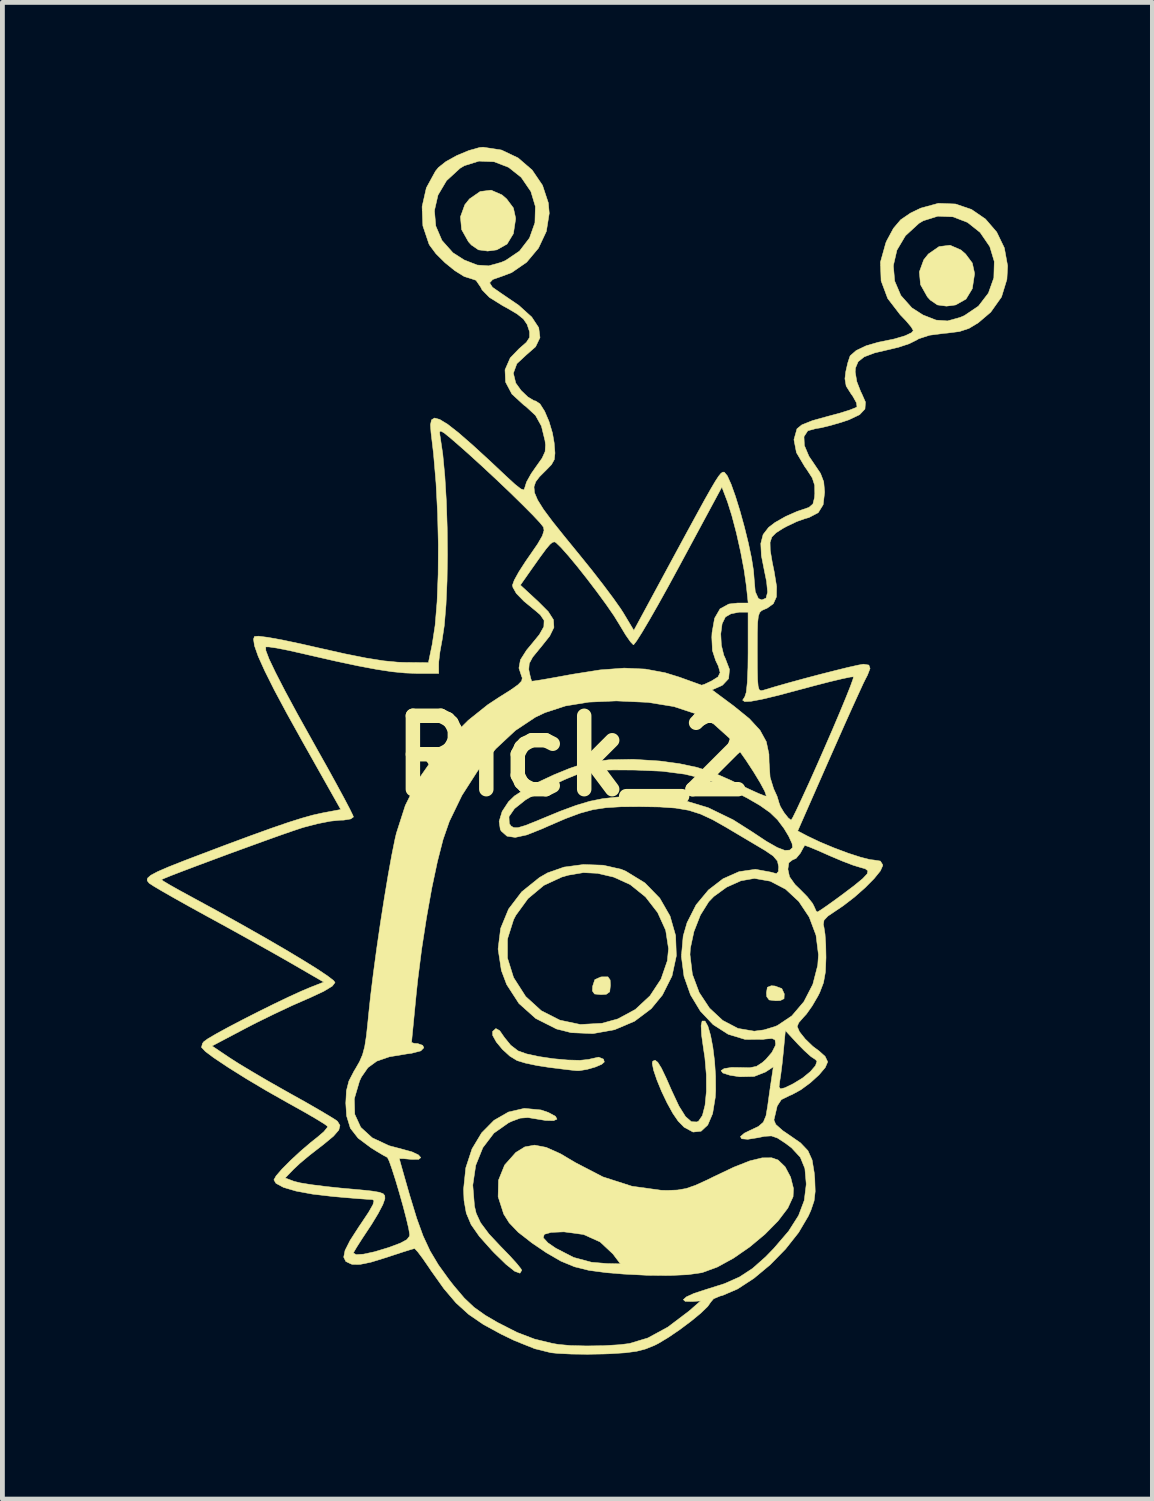
<source format=kicad_pcb>
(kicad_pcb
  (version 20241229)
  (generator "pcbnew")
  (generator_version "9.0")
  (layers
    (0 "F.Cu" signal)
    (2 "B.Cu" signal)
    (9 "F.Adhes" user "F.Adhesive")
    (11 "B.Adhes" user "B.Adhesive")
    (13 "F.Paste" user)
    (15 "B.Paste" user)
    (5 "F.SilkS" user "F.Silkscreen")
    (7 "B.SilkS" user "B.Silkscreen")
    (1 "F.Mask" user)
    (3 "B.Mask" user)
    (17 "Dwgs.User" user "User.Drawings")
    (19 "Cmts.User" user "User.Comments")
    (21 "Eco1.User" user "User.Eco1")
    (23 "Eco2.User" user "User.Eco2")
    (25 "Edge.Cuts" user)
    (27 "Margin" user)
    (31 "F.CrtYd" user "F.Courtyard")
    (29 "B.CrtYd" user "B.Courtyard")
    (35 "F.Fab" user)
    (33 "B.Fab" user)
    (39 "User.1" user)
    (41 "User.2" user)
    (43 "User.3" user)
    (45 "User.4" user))
  (footprint "Rick_2"
    (layer "F.Cu")
    (at 8.858 12.641)
    (property "Reference" "Rick_2" (at 0 0 0) (layer "F.SilkS") (effects (font (size 1.524 1.524) (thickness 0.3))))
    (attr through_hole)
    (fp_poly (pts (xy 4.175 4.774) (xy 4.319 4.827) (xy 4.37 4.937) (xy 4.365 5.038) (xy 4.288 5.076) (xy 4.195 5.08) (xy 4.057 5.064) (xy 4.006 4.995) (xy 4 4.917) (xy 4.019 4.801) (xy 4.1 4.769) (xy 4.175 4.774)) (stroke (width 0.01) (type solid)) (fill yes) (layer "F.SilkS"))
    (fp_poly (pts (xy 0.71 4.584) (xy 0.756 4.649) (xy 0.762 4.758) (xy 0.747 4.895) (xy 0.676 4.946) (xy 0.567 4.953) (xy 0.432 4.94) (xy 0.388 4.877) (xy 0.393 4.778) (xy 0.438 4.642) (xy 0.558 4.588) (xy 0.587 4.584) (xy 0.71 4.584)) (stroke (width 0.01) (type solid)) (fill yes) (layer "F.SilkS"))
    (fp_poly (pts (xy -1.489 -11.646) (xy -1.392 -11.562) (xy -1.252 -11.375) (xy -1.207 -11.169) (xy -1.206 -11.145) (xy -1.252 -10.842) (xy -1.383 -10.626) (xy -1.597 -10.505) (xy -1.788 -10.48) (xy -1.976 -10.505) (xy -2.124 -10.606) (xy -2.185 -10.673) (xy -2.327 -10.926) (xy -2.351 -11.191) (xy -2.26 -11.442) (xy -2.164 -11.562) (xy -1.942 -11.716) (xy -1.714 -11.744) (xy -1.489 -11.646)) (stroke (width 0.01) (type solid)) (fill yes) (layer "F.SilkS"))
    (fp_poly (pts (xy 8.036 -10.503) (xy 8.133 -10.419) (xy 8.273 -10.232) (xy 8.318 -10.026) (xy 8.319 -10.002) (xy 8.273 -9.699) (xy 8.142 -9.483) (xy 7.928 -9.362) (xy 7.737 -9.337) (xy 7.549 -9.362) (xy 7.401 -9.463) (xy 7.34 -9.53) (xy 7.198 -9.783) (xy 7.174 -10.048) (xy 7.265 -10.299) (xy 7.361 -10.419) (xy 7.583 -10.573) (xy 7.811 -10.601) (xy 8.036 -10.503)) (stroke (width 0.01) (type solid)) (fill yes) (layer "F.SilkS"))
    (fp_poly (pts (xy -1.537 5.701) (xy -1.439 5.842) (xy -1.308 6.003) (xy -1.155 6.121) (xy -0.977 6.184) (xy -0.721 6.239) (xy -0.426 6.283) (xy -0.13 6.31) (xy 0.129 6.317) (xy 0.312 6.298) (xy 0.341 6.29) (xy 0.517 6.251) (xy 0.618 6.292) (xy 0.635 6.351) (xy 0.58 6.4) (xy 0.445 6.457) (xy 0.277 6.505) (xy 0.12 6.531) (xy 0.064 6.532) (xy -0.043 6.521) (xy -0.237 6.498) (xy -0.477 6.468) (xy -0.503 6.465) (xy -0.767 6.424) (xy -1.008 6.373) (xy -1.175 6.322) (xy -1.177 6.321) (xy -1.327 6.229) (xy -1.479 6.09) (xy -1.606 5.937) (xy -1.682 5.8) (xy -1.684 5.718) (xy -1.616 5.657) (xy -1.537 5.701)) (stroke (width 0.01) (type solid)) (fill yes) (layer "F.SilkS"))
    (fp_poly (pts (xy -0.679 7.347) (xy -0.526 7.399) (xy -0.379 7.479) (xy -0.347 7.538) (xy -0.419 7.569) (xy -0.583 7.565) (xy -0.736 7.54) (xy -0.949 7.505) (xy -1.11 7.517) (xy -1.288 7.583) (xy -1.355 7.615) (xy -1.657 7.828) (xy -1.886 8.129) (xy -2.034 8.496) (xy -2.095 8.907) (xy -2.06 9.341) (xy -2.025 9.491) (xy -1.935 9.686) (xy -1.759 9.922) (xy -1.517 10.18) (xy -1.33 10.372) (xy -1.183 10.534) (xy -1.095 10.644) (xy -1.079 10.675) (xy -1.116 10.735) (xy -1.225 10.695) (xy -1.403 10.554) (xy -1.648 10.316) (xy -1.702 10.259) (xy -1.959 9.971) (xy -2.13 9.726) (xy -2.23 9.488) (xy -2.277 9.224) (xy -2.286 8.991) (xy -2.24 8.548) (xy -2.111 8.155) (xy -1.911 7.822) (xy -1.655 7.563) (xy -1.355 7.39) (xy -1.025 7.314) (xy -0.679 7.347)) (stroke (width 0.01) (type solid)) (fill yes) (layer "F.SilkS"))
    (fp_poly (pts (xy 2.725 5.502) (xy 2.785 5.608) (xy 2.84 5.797) (xy 2.888 6.048) (xy 2.924 6.338) (xy 2.944 6.645) (xy 2.946 6.948) (xy 2.938 7.086) (xy 2.883 7.423) (xy 2.782 7.659) (xy 2.644 7.788) (xy 2.477 7.806) (xy 2.291 7.705) (xy 2.167 7.578) (xy 2.057 7.417) (xy 1.938 7.201) (xy 1.823 6.96) (xy 1.726 6.723) (xy 1.657 6.519) (xy 1.63 6.379) (xy 1.64 6.335) (xy 1.689 6.315) (xy 1.745 6.358) (xy 1.82 6.479) (xy 1.922 6.692) (xy 2.028 6.934) (xy 2.184 7.267) (xy 2.32 7.484) (xy 2.442 7.591) (xy 2.557 7.596) (xy 2.591 7.579) (xy 2.671 7.463) (xy 2.726 7.248) (xy 2.754 6.959) (xy 2.753 6.621) (xy 2.722 6.26) (xy 2.697 6.098) (xy 2.655 5.8) (xy 2.644 5.596) (xy 2.665 5.501) (xy 2.725 5.502)) (stroke (width 0.01) (type solid)) (fill yes) (layer "F.SilkS"))
    (fp_poly (pts (xy 0.611 2.267) (xy 0.982 2.351) (xy 1.079 2.39) (xy 1.478 2.635) (xy 1.786 2.951) (xy 1.999 3.322) (xy 2.115 3.727) (xy 2.13 4.148) (xy 2.04 4.566) (xy 1.841 4.962) (xy 1.609 5.245) (xy 1.262 5.506) (xy 0.849 5.681) (xy 0.4 5.762) (xy -0.052 5.743) (xy -0.357 5.666) (xy -0.789 5.448) (xy -1.137 5.137) (xy -1.392 4.743) (xy -1.502 4.451) (xy -1.541 4.194) (xy -1.375 4.194) (xy -1.25 4.594) (xy -1.245 4.604) (xy -0.997 4.992) (xy -0.672 5.288) (xy -0.288 5.483) (xy 0.137 5.573) (xy 0.587 5.548) (xy 0.916 5.457) (xy 1.279 5.261) (xy 1.584 4.977) (xy 1.812 4.631) (xy 1.943 4.251) (xy 1.968 4) (xy 1.909 3.617) (xy 1.742 3.25) (xy 1.49 2.925) (xy 1.172 2.669) (xy 0.83 2.514) (xy 0.492 2.435) (xy 0.2 2.421) (xy -0.107 2.473) (xy -0.246 2.512) (xy -0.621 2.686) (xy -0.949 2.96) (xy -1.202 3.308) (xy -1.248 3.397) (xy -1.375 3.799) (xy -1.375 4.194) (xy -1.541 4.194) (xy -1.57 4.007) (xy -1.517 3.578) (xy -1.352 3.177) (xy -1.08 2.82) (xy -0.71 2.522) (xy -0.543 2.426) (xy -0.201 2.306) (xy 0.2 2.253) (xy 0.611 2.267)) (stroke (width 0.01) (type solid)) (fill yes) (layer "F.SilkS"))
    (fp_poly (pts (xy -0.573 8.123) (xy -0.279 8.254) (xy 0.039 8.442) (xy 0.605 8.736) (xy 1.208 8.93) (xy 1.816 9.014) (xy 1.943 9.017) (xy 2.15 9.009) (xy 2.332 8.978) (xy 2.526 8.911) (xy 2.774 8.798) (xy 2.901 8.735) (xy 3.322 8.535) (xy 3.654 8.404) (xy 3.912 8.341) (xy 4.11 8.34) (xy 4.242 8.386) (xy 4.388 8.527) (xy 4.502 8.742) (xy 4.561 8.976) (xy 4.553 9.148) (xy 4.444 9.384) (xy 4.242 9.65) (xy 3.971 9.925) (xy 3.655 10.189) (xy 3.317 10.423) (xy 2.982 10.607) (xy 2.674 10.72) (xy 2.648 10.726) (xy 2.367 10.766) (xy 1.986 10.783) (xy 1.531 10.779) (xy 1.027 10.753) (xy 0.678 10.724) (xy 0.319 10.677) (xy 0.017 10.602) (xy -0.266 10.485) (xy -0.57 10.309) (xy -0.866 10.108) (xy -1.005 9.999) (xy -0.633 9.999) (xy -0.534 10.106) (xy -0.374 10.216) (xy -0.002 10.408) (xy 0.37 10.508) (xy 0.691 10.535) (xy 0.969 10.541) (xy 0.813 10.335) (xy 0.547 10.086) (xy 0.204 9.932) (xy -0.203 9.877) (xy -0.469 9.888) (xy -0.611 9.928) (xy -0.633 9.999) (xy -1.005 9.999) (xy -1.149 9.888) (xy -1.339 9.69) (xy -1.453 9.508) (xy -1.569 9.147) (xy -1.561 8.804) (xy -1.434 8.49) (xy -1.202 8.229) (xy -1.016 8.114) (xy -0.813 8.077) (xy -0.573 8.123)) (stroke (width 0.01) (type solid)) (fill yes) (layer "F.SilkS"))
    (fp_poly (pts (xy -1.499 -12.577) (xy -1.154 -12.413) (xy -0.863 -12.162) (xy -0.648 -11.845) (xy -0.527 -11.48) (xy -0.508 -11.264) (xy -0.568 -10.889) (xy -0.731 -10.542) (xy -0.977 -10.248) (xy -1.287 -10.034) (xy -1.495 -9.955) (xy -1.681 -9.89) (xy -1.745 -9.82) (xy -1.687 -9.729) (xy -1.531 -9.62) (xy -1.141 -9.354) (xy -0.872 -9.111) (xy -0.726 -8.889) (xy -0.7 -8.684) (xy -0.792 -8.493) (xy -0.984 -8.325) (xy -1.18 -8.143) (xy -1.253 -7.945) (xy -1.203 -7.74) (xy -1.092 -7.586) (xy -0.951 -7.451) (xy -0.822 -7.374) (xy -0.79 -7.368) (xy -0.701 -7.309) (xy -0.604 -7.156) (xy -0.513 -6.943) (xy -0.441 -6.702) (xy -0.406 -6.5) (xy -0.389 -6.287) (xy -0.403 -6.153) (xy -0.462 -6.047) (xy -0.583 -5.922) (xy -0.597 -5.909) (xy -0.711 -5.795) (xy -0.789 -5.692) (xy -0.825 -5.586) (xy -0.814 -5.465) (xy -0.75 -5.314) (xy -0.628 -5.119) (xy -0.441 -4.867) (xy -0.183 -4.545) (xy 0.132 -4.159) (xy 0.379 -3.853) (xy 0.615 -3.549) (xy 0.82 -3.275) (xy 0.974 -3.057) (xy 1.03 -2.97) (xy 1.248 -2.606) (xy 2.062 -4.113) (xy 2.331 -4.61) (xy 2.547 -5.006) (xy 2.715 -5.313) (xy 2.844 -5.541) (xy 2.939 -5.702) (xy 3.007 -5.806) (xy 3.055 -5.865) (xy 3.09 -5.89) (xy 3.118 -5.892) (xy 3.126 -5.89) (xy 3.188 -5.815) (xy 3.267 -5.64) (xy 3.357 -5.388) (xy 3.451 -5.085) (xy 3.542 -4.755) (xy 3.624 -4.422) (xy 3.69 -4.11) (xy 3.732 -3.844) (xy 3.745 -3.672) (xy 3.768 -3.411) (xy 3.833 -3.268) (xy 3.905 -3.239) (xy 3.992 -3.277) (xy 4.024 -3.401) (xy 4.003 -3.621) (xy 3.962 -3.82) (xy 3.895 -4.16) (xy 3.883 -4.41) (xy 3.931 -4.596) (xy 4.044 -4.743) (xy 4.175 -4.844) (xy 4.398 -4.971) (xy 4.638 -5.077) (xy 4.714 -5.102) (xy 4.883 -5.16) (xy 4.965 -5.231) (xy 4.997 -5.36) (xy 5.004 -5.443) (xy 5.001 -5.619) (xy 4.951 -5.772) (xy 4.833 -5.954) (xy 4.798 -6.001) (xy 4.623 -6.297) (xy 4.571 -6.566) (xy 4.634 -6.791) (xy 4.735 -6.873) (xy 4.955 -6.961) (xy 5.269 -7.048) (xy 5.524 -7.116) (xy 5.729 -7.181) (xy 5.856 -7.231) (xy 5.88 -7.249) (xy 5.868 -7.332) (xy 5.793 -7.467) (xy 5.758 -7.515) (xy 5.655 -7.678) (xy 5.629 -7.831) (xy 5.647 -7.978) (xy 5.688 -8.158) (xy 5.731 -8.289) (xy 5.74 -8.308) (xy 5.862 -8.415) (xy 6.071 -8.515) (xy 6.327 -8.589) (xy 6.382 -8.599) (xy 6.659 -8.657) (xy 6.878 -8.722) (xy 7.015 -8.787) (xy 7.048 -8.83) (xy 7.007 -8.902) (xy 6.899 -9.031) (xy 6.777 -9.158) (xy 6.517 -9.496) (xy 6.38 -9.863) (xy 6.369 -10.178) (xy 6.634 -10.178) (xy 6.662 -9.857) (xy 6.79 -9.558) (xy 7.018 -9.302) (xy 7.25 -9.153) (xy 7.521 -9.047) (xy 7.759 -9.03) (xy 8.018 -9.102) (xy 8.108 -9.14) (xy 8.4 -9.337) (xy 8.607 -9.607) (xy 8.72 -9.925) (xy 8.729 -10.264) (xy 8.636 -10.573) (xy 8.435 -10.867) (xy 8.173 -11.075) (xy 7.872 -11.191) (xy 7.558 -11.204) (xy 7.255 -11.109) (xy 7.165 -11.055) (xy 6.885 -10.798) (xy 6.708 -10.499) (xy 6.634 -10.178) (xy 6.369 -10.178) (xy 6.366 -10.25) (xy 6.478 -10.651) (xy 6.5 -10.7) (xy 6.636 -10.952) (xy 6.786 -11.129) (xy 6.989 -11.268) (xy 7.203 -11.371) (xy 7.568 -11.471) (xy 7.924 -11.457) (xy 8.256 -11.344) (xy 8.546 -11.145) (xy 8.779 -10.875) (xy 8.938 -10.546) (xy 9.006 -10.172) (xy 8.991 -9.893) (xy 8.879 -9.527) (xy 8.655 -9.211) (xy 8.396 -8.991) (xy 8.204 -8.875) (xy 8.007 -8.81) (xy 7.748 -8.777) (xy 7.7 -8.774) (xy 7.385 -8.733) (xy 7.161 -8.66) (xy 7.114 -8.632) (xy 6.963 -8.557) (xy 6.743 -8.484) (xy 6.572 -8.443) (xy 6.247 -8.367) (xy 6.03 -8.285) (xy 5.903 -8.184) (xy 5.848 -8.053) (xy 5.842 -7.971) (xy 5.876 -7.77) (xy 5.958 -7.559) (xy 5.973 -7.532) (xy 6.055 -7.346) (xy 6.045 -7.202) (xy 5.934 -7.084) (xy 5.711 -6.978) (xy 5.549 -6.924) (xy 5.321 -6.858) (xy 5.131 -6.812) (xy 5.023 -6.795) (xy 4.858 -6.75) (xy 4.779 -6.628) (xy 4.787 -6.446) (xy 4.882 -6.221) (xy 4.985 -6.069) (xy 5.122 -5.866) (xy 5.189 -5.691) (xy 5.207 -5.484) (xy 5.207 -5.47) (xy 5.177 -5.215) (xy 5.075 -5.05) (xy 4.882 -4.949) (xy 4.799 -4.926) (xy 4.63 -4.866) (xy 4.422 -4.767) (xy 4.338 -4.721) (xy 4.199 -4.632) (xy 4.113 -4.546) (xy 4.075 -4.433) (xy 4.079 -4.268) (xy 4.12 -4.023) (xy 4.161 -3.824) (xy 4.211 -3.516) (xy 4.207 -3.302) (xy 4.143 -3.16) (xy 4.013 -3.067) (xy 3.965 -3.047) (xy 3.902 -3.019) (xy 3.859 -2.977) (xy 3.832 -2.899) (xy 3.817 -2.763) (xy 3.811 -2.549) (xy 3.81 -2.233) (xy 3.81 -2.156) (xy 3.811 -1.819) (xy 3.816 -1.589) (xy 3.828 -1.448) (xy 3.849 -1.376) (xy 3.884 -1.355) (xy 3.934 -1.364) (xy 4.166 -1.434) (xy 4.457 -1.517) (xy 4.782 -1.606) (xy 5.115 -1.694) (xy 5.43 -1.774) (xy 5.702 -1.841) (xy 5.904 -1.886) (xy 6.012 -1.905) (xy 6.016 -1.905) (xy 6.126 -1.887) (xy 6.151 -1.817) (xy 6.096 -1.675) (xy 6.061 -1.609) (xy 6.008 -1.502) (xy 5.914 -1.297) (xy 5.784 -1.012) (xy 5.628 -0.665) (xy 5.454 -0.272) (xy 5.305 0.064) (xy 4.649 1.556) (xy 4.857 1.665) (xy 5.111 1.786) (xy 5.401 1.907) (xy 5.694 2.017) (xy 5.957 2.102) (xy 6.156 2.152) (xy 6.225 2.159) (xy 6.365 2.181) (xy 6.413 2.258) (xy 6.413 2.277) (xy 6.365 2.385) (xy 6.236 2.544) (xy 6.049 2.733) (xy 5.827 2.929) (xy 5.592 3.11) (xy 5.448 3.207) (xy 5.276 3.323) (xy 5.195 3.409) (xy 5.181 3.497) (xy 5.194 3.555) (xy 5.216 3.697) (xy 5.231 3.919) (xy 5.236 4.175) (xy 5.236 4.191) (xy 5.224 4.484) (xy 5.184 4.706) (xy 5.105 4.912) (xy 5.068 4.985) (xy 4.95 5.187) (xy 4.83 5.357) (xy 4.769 5.423) (xy 4.672 5.534) (xy 4.638 5.614) (xy 4.686 5.725) (xy 4.805 5.874) (xy 4.962 6.026) (xy 5.096 6.126) (xy 5.218 6.236) (xy 5.27 6.346) (xy 5.271 6.349) (xy 5.221 6.466) (xy 5.091 6.619) (xy 4.912 6.782) (xy 4.714 6.928) (xy 4.527 7.03) (xy 4.487 7.045) (xy 4.309 7.133) (xy 4.224 7.263) (xy 4.217 7.292) (xy 4.179 7.455) (xy 4.155 7.556) (xy 4.194 7.648) (xy 4.338 7.776) (xy 4.466 7.863) (xy 4.708 8.031) (xy 4.861 8.192) (xy 4.948 8.385) (xy 4.992 8.651) (xy 5.003 8.775) (xy 5.012 9.037) (xy 4.989 9.235) (xy 4.923 9.43) (xy 4.869 9.55) (xy 4.668 9.891) (xy 4.396 10.235) (xy 4.078 10.56) (xy 3.738 10.843) (xy 3.4 11.063) (xy 3.091 11.196) (xy 3.036 11.21) (xy 2.903 11.266) (xy 2.845 11.334) (xy 2.781 11.426) (xy 2.636 11.566) (xy 2.434 11.732) (xy 2.202 11.906) (xy 1.967 12.066) (xy 1.754 12.194) (xy 1.673 12.235) (xy 1.494 12.307) (xy 1.306 12.356) (xy 1.073 12.387) (xy 0.761 12.407) (xy 0.625 12.412) (xy 0.288 12.418) (xy -0.045 12.414) (xy -0.329 12.4) (xy -0.471 12.386) (xy -0.807 12.303) (xy -1.227 12.135) (xy -1.505 12.001) (xy -1.877 11.798) (xy -2.179 11.591) (xy -2.442 11.353) (xy -2.694 11.057) (xy -2.965 10.676) (xy -3.002 10.62) (xy -3.133 10.43) (xy -3.239 10.289) (xy -3.299 10.225) (xy -3.304 10.223) (xy -3.377 10.243) (xy -3.541 10.294) (xy -3.767 10.368) (xy -3.891 10.409) (xy -4.209 10.507) (xy -4.435 10.553) (xy -4.592 10.552) (xy -4.617 10.546) (xy -4.73 10.492) (xy -4.774 10.402) (xy -4.746 10.262) (xy -4.642 10.056) (xy -4.459 9.772) (xy -4.416 9.709) (xy -4.255 9.467) (xy -4.167 9.312) (xy -4.145 9.229) (xy -4.179 9.207) (xy -4.283 9.201) (xy -4.483 9.187) (xy -4.749 9.165) (xy -5 9.143) (xy -5.42 9.094) (xy -5.766 9.03) (xy -6.024 8.954) (xy -6.18 8.87) (xy -6.223 8.797) (xy -6.177 8.715) (xy -6.055 8.574) (xy -5.879 8.397) (xy -5.671 8.204) (xy -5.452 8.017) (xy -5.319 7.912) (xy -5.185 7.797) (xy -5.114 7.709) (xy -5.112 7.684) (xy -5.176 7.637) (xy -5.33 7.542) (xy -5.554 7.411) (xy -5.827 7.258) (xy -5.921 7.206) (xy -6.37 6.952) (xy -6.794 6.7) (xy -7.169 6.465) (xy -7.473 6.262) (xy -7.645 6.133) (xy -7.726 6.047) (xy -7.705 5.966) (xy -7.678 5.93) (xy -7.594 5.869) (xy -7.418 5.766) (xy -7.171 5.631) (xy -6.875 5.476) (xy -6.553 5.312) (xy -6.226 5.15) (xy -5.917 5.002) (xy -5.648 4.879) (xy -5.468 4.803) (xy -5.188 4.693) (xy -5.849 4.31) (xy -6.125 4.152) (xy -6.479 3.953) (xy -6.879 3.729) (xy -7.292 3.501) (xy -7.62 3.322) (xy -7.965 3.132) (xy -8.276 2.958) (xy -8.532 2.812) (xy -8.716 2.703) (xy -8.809 2.642) (xy -8.814 2.638) (xy -8.853 2.587) (xy -8.85 2.567) (xy -8.557 2.567) (xy -8.511 2.601) (xy -8.375 2.682) (xy -8.17 2.797) (xy -7.953 2.915) (xy -7.422 3.204) (xy -6.914 3.486) (xy -6.439 3.755) (xy -6.01 4.004) (xy -5.639 4.226) (xy -5.336 4.414) (xy -5.114 4.562) (xy -4.984 4.662) (xy -4.954 4.702) (xy -5.013 4.778) (xy -5.19 4.885) (xy -5.477 5.019) (xy -5.54 5.046) (xy -5.85 5.182) (xy -6.217 5.355) (xy -6.589 5.537) (xy -6.817 5.655) (xy -7.507 6.019) (xy -7.135 6.269) (xy -6.945 6.39) (xy -6.674 6.553) (xy -6.354 6.741) (xy -6.014 6.934) (xy -5.874 7.013) (xy -5.565 7.185) (xy -5.293 7.342) (xy -5.077 7.47) (xy -4.939 7.556) (xy -4.903 7.583) (xy -4.852 7.667) (xy -4.876 7.764) (xy -4.986 7.891) (xy -5.192 8.062) (xy -5.274 8.125) (xy -5.489 8.292) (xy -5.686 8.457) (xy -5.82 8.583) (xy -5.989 8.759) (xy -5.804 8.829) (xy -5.673 8.861) (xy -5.445 8.898) (xy -5.151 8.935) (xy -4.821 8.97) (xy -4.763 8.975) (xy -4.419 9.006) (xy -4.183 9.031) (xy -4.034 9.056) (xy -3.954 9.086) (xy -3.922 9.126) (xy -3.919 9.181) (xy -3.921 9.195) (xy -3.962 9.311) (xy -4.06 9.498) (xy -4.195 9.721) (xy -4.254 9.81) (xy -4.395 10.023) (xy -4.504 10.194) (xy -4.565 10.298) (xy -4.572 10.316) (xy -4.516 10.35) (xy -4.363 10.34) (xy -4.131 10.29) (xy -3.841 10.202) (xy -3.838 10.201) (xy -3.6 10.112) (xy -3.464 10.039) (xy -3.409 9.968) (xy -3.405 9.931) (xy -3.426 9.805) (xy -3.474 9.602) (xy -3.54 9.349) (xy -3.617 9.076) (xy -3.696 8.809) (xy -3.77 8.578) (xy -3.829 8.41) (xy -3.866 8.334) (xy -3.869 8.332) (xy -3.947 8.29) (xy -4.095 8.202) (xy -4.21 8.13) (xy -4.475 7.932) (xy -4.636 7.725) (xy -4.714 7.471) (xy -4.731 7.204) (xy -4.726 7.115) (xy -4.554 7.115) (xy -4.545 7.436) (xy -4.42 7.708) (xy -4.181 7.926) (xy -3.832 8.089) (xy -3.56 8.161) (xy -3.356 8.217) (xy -3.223 8.28) (xy -3.174 8.336) (xy -3.218 8.372) (xy -3.366 8.373) (xy -3.389 8.371) (xy -3.539 8.357) (xy -3.616 8.356) (xy -3.619 8.358) (xy -3.603 8.421) (xy -3.558 8.582) (xy -3.491 8.817) (xy -3.409 9.104) (xy -3.399 9.137) (xy -3.259 9.596) (xy -3.126 9.963) (xy -2.981 10.274) (xy -2.809 10.562) (xy -2.593 10.862) (xy -2.49 10.994) (xy -2.272 11.251) (xy -2.069 11.443) (xy -1.834 11.61) (xy -1.579 11.759) (xy -1.176 11.964) (xy -0.816 12.102) (xy -0.445 12.192) (xy -0.318 12.214) (xy -0.063 12.237) (xy 0.266 12.245) (xy 0.62 12.24) (xy 0.948 12.22) (xy 1.156 12.195) (xy 1.54 12.079) (xy 1.955 11.853) (xy 2.387 11.526) (xy 2.413 11.504) (xy 2.635 11.31) (xy 2.464 11.323) (xy 2.314 11.319) (xy 2.275 11.284) (xy 2.338 11.227) (xy 2.495 11.155) (xy 2.731 11.078) (xy 3.127 10.953) (xy 3.44 10.814) (xy 3.711 10.637) (xy 3.984 10.395) (xy 4.152 10.222) (xy 4.46 9.863) (xy 4.667 9.538) (xy 4.785 9.225) (xy 4.825 8.9) (xy 4.825 8.869) (xy 4.798 8.562) (xy 4.704 8.331) (xy 4.522 8.134) (xy 4.398 8.04) (xy 4.23 7.93) (xy 4.104 7.886) (xy 3.96 7.894) (xy 3.827 7.922) (xy 3.613 7.956) (xy 3.487 7.945) (xy 3.46 7.9) (xy 3.543 7.828) (xy 3.656 7.773) (xy 3.833 7.69) (xy 3.935 7.602) (xy 3.991 7.468) (xy 4.028 7.249) (xy 4.028 7.244) (xy 4.062 6.998) (xy 4.081 6.866) (xy 4.262 6.866) (xy 4.29 6.91) (xy 4.385 6.886) (xy 4.559 6.801) (xy 4.753 6.682) (xy 4.912 6.551) (xy 5.018 6.428) (xy 5.049 6.335) (xy 5.016 6.3) (xy 4.924 6.239) (xy 4.783 6.112) (xy 4.657 5.984) (xy 4.393 5.699) (xy 4.352 6.136) (xy 4.326 6.387) (xy 4.298 6.61) (xy 4.277 6.747) (xy 4.262 6.866) (xy 4.081 6.866) (xy 4.098 6.752) (xy 4.105 6.703) (xy 4.143 6.452) (xy 3.979 6.56) (xy 3.747 6.651) (xy 3.445 6.658) (xy 3.244 6.627) (xy 3.095 6.58) (xy 3.058 6.53) (xy 3.123 6.488) (xy 3.274 6.465) (xy 3.438 6.466) (xy 3.652 6.471) (xy 3.794 6.442) (xy 3.917 6.362) (xy 3.988 6.298) (xy 4.114 6.151) (xy 4.185 6.011) (xy 4.191 5.975) (xy 4.178 5.891) (xy 4.115 5.863) (xy 3.967 5.876) (xy 3.937 5.881) (xy 3.558 5.883) (xy 3.206 5.776) (xy 2.893 5.575) (xy 2.629 5.296) (xy 2.424 4.957) (xy 2.289 4.574) (xy 2.235 4.162) (xy 2.238 4.123) (xy 2.413 4.123) (xy 2.463 4.532) (xy 2.604 4.909) (xy 2.819 5.234) (xy 3.093 5.489) (xy 3.41 5.655) (xy 3.747 5.712) (xy 3.95 5.685) (xy 4.176 5.616) (xy 4.227 5.595) (xy 4.527 5.394) (xy 4.778 5.099) (xy 4.963 4.739) (xy 5.065 4.343) (xy 5.08 4.127) (xy 5.029 3.72) (xy 4.888 3.344) (xy 4.672 3.02) (xy 4.398 2.765) (xy 4.08 2.599) (xy 3.751 2.541) (xy 3.471 2.59) (xy 3.174 2.723) (xy 2.908 2.916) (xy 2.802 3.026) (xy 2.629 3.303) (xy 2.495 3.645) (xy 2.421 3.991) (xy 2.413 4.123) (xy 2.238 4.123) (xy 2.272 3.737) (xy 2.352 3.461) (xy 2.54 3.09) (xy 2.796 2.782) (xy 3.1 2.548) (xy 3.432 2.401) (xy 3.771 2.352) (xy 4.092 2.411) (xy 4.209 2.443) (xy 4.25 2.394) (xy 4.251 2.35) (xy 4.445 2.35) (xy 4.479 2.507) (xy 4.594 2.668) (xy 4.696 2.767) (xy 4.847 2.92) (xy 4.956 3.058) (xy 4.986 3.116) (xy 5.031 3.216) (xy 5.056 3.239) (xy 5.117 3.203) (xy 5.255 3.109) (xy 5.446 2.972) (xy 5.544 2.9) (xy 5.819 2.693) (xy 5.998 2.546) (xy 6.091 2.447) (xy 6.106 2.383) (xy 6.051 2.341) (xy 5.957 2.315) (xy 5.799 2.267) (xy 5.572 2.18) (xy 5.319 2.073) (xy 5.278 2.055) (xy 5.059 1.958) (xy 4.891 1.888) (xy 4.801 1.857) (xy 4.793 1.857) (xy 4.757 1.919) (xy 4.705 2.016) (xy 4.615 2.125) (xy 4.538 2.159) (xy 4.465 2.216) (xy 4.445 2.35) (xy 4.251 2.35) (xy 4.254 2.3) (xy 4.229 2.181) (xy 4.14 2.075) (xy 3.96 1.953) (xy 3.952 1.949) (xy 3.75 1.829) (xy 3.489 1.674) (xy 3.221 1.515) (xy 3.175 1.487) (xy 2.884 1.322) (xy 2.632 1.205) (xy 2.387 1.127) (xy 2.115 1.081) (xy 1.783 1.058) (xy 1.365 1.051) (xy 0.982 1.054) (xy 0.672 1.073) (xy 0.401 1.114) (xy 0.133 1.187) (xy -0.168 1.299) (xy -0.537 1.458) (xy -0.648 1.508) (xy -0.974 1.638) (xy -1.214 1.69) (xy -1.385 1.664) (xy -1.502 1.561) (xy -1.524 1.525) (xy -1.548 1.357) (xy -1.518 1.259) (xy -1.344 1.259) (xy -1.337 1.403) (xy -1.301 1.453) (xy -1.244 1.488) (xy -1.154 1.487) (xy -1.006 1.443) (xy -0.776 1.352) (xy -0.688 1.315) (xy -0.276 1.145) (xy 0.055 1.023) (xy 0.336 0.939) (xy 0.6 0.886) (xy 0.877 0.855) (xy 1.048 0.843) (xy 1.693 0.841) (xy 2.262 0.914) (xy 2.79 1.073) (xy 3.309 1.325) (xy 3.694 1.569) (xy 4.002 1.773) (xy 4.227 1.901) (xy 4.383 1.96) (xy 4.486 1.953) (xy 4.543 1.901) (xy 4.532 1.817) (xy 4.462 1.665) (xy 4.365 1.504) (xy 4.23 1.324) (xy 4.076 1.175) (xy 3.868 1.028) (xy 3.598 0.871) (xy 3.155 0.646) (xy 2.738 0.485) (xy 2.309 0.378) (xy 1.834 0.316) (xy 1.276 0.292) (xy 1.175 0.291) (xy 0.819 0.29) (xy 0.559 0.295) (xy 0.365 0.311) (xy 0.206 0.341) (xy 0.05 0.392) (xy -0.132 0.466) (xy -0.197 0.494) (xy -0.654 0.709) (xy -0.999 0.91) (xy -1.23 1.094) (xy -1.344 1.259) (xy -1.518 1.259) (xy -1.486 1.152) (xy -1.353 0.949) (xy -1.23 0.83) (xy -1.024 0.696) (xy -0.737 0.543) (xy -0.41 0.39) (xy -0.084 0.257) (xy 0.2 0.161) (xy 0.305 0.134) (xy 0.73 0.079) (xy 1.236 0.069) (xy 1.781 0.104) (xy 2.191 0.159) (xy 2.556 0.236) (xy 2.896 0.345) (xy 3.265 0.507) (xy 3.381 0.564) (xy 3.631 0.684) (xy 3.832 0.776) (xy 3.962 0.828) (xy 4 0.833) (xy 3.964 0.73) (xy 3.869 0.553) (xy 3.735 0.332) (xy 3.579 0.093) (xy 3.419 -0.134) (xy 3.274 -0.321) (xy 3.228 -0.374) (xy 2.908 -0.662) (xy 2.53 -0.877) (xy 2.079 -1.026) (xy 1.542 -1.113) (xy 0.903 -1.142) (xy 0.885 -1.143) (xy 0.313 -1.118) (xy -0.17 -1.039) (xy -0.593 -0.901) (xy -0.794 -0.806) (xy -1.211 -0.529) (xy -1.617 -0.15) (xy -1.993 0.308) (xy -2.32 0.818) (xy -2.581 1.357) (xy -2.712 1.734) (xy -2.829 2.191) (xy -2.946 2.743) (xy -3.056 3.359) (xy -3.156 4.006) (xy -3.238 4.653) (xy -3.269 4.946) (xy -3.302 5.284) (xy -3.33 5.574) (xy -3.352 5.794) (xy -3.364 5.923) (xy -3.365 5.946) (xy -3.312 5.965) (xy -3.239 5.969) (xy -3.135 6.005) (xy -3.111 6.056) (xy -3.174 6.121) (xy -3.363 6.17) (xy -3.461 6.183) (xy -3.824 6.243) (xy -4.086 6.333) (xy -4.271 6.468) (xy -4.406 6.662) (xy -4.446 6.748) (xy -4.554 7.115) (xy -4.726 7.115) (xy -4.718 6.948) (xy -4.667 6.748) (xy -4.558 6.537) (xy -4.531 6.494) (xy -4.445 6.344) (xy -4.383 6.2) (xy -4.338 6.031) (xy -4.303 5.807) (xy -4.27 5.495) (xy -4.26 5.389) (xy -4.217 4.985) (xy -4.159 4.513) (xy -4.09 4.001) (xy -4.013 3.472) (xy -3.932 2.954) (xy -3.852 2.473) (xy -3.776 2.053) (xy -3.709 1.722) (xy -3.681 1.604) (xy -3.496 1.028) (xy -3.237 0.505) (xy -2.885 0.001) (xy -2.596 -0.335) (xy -2.187 -0.742) (xy -1.785 -1.063) (xy -1.551 -1.217) (xy -1.306 -1.371) (xy -1.304 -1.372) (xy 2.871 -1.372) (xy 3.322 -1.037) (xy 3.646 -0.774) (xy 3.866 -0.535) (xy 3.997 -0.297) (xy 4.052 -0.038) (xy 4.055 0.127) (xy 4.076 0.442) (xy 4.149 0.679) (xy 4.22 0.834) (xy 4.254 0.945) (xy 4.255 0.953) (xy 4.288 1.047) (xy 4.365 1.175) (xy 4.453 1.286) (xy 4.512 1.332) (xy 4.547 1.276) (xy 4.624 1.12) (xy 4.737 0.878) (xy 4.88 0.567) (xy 5.044 0.2) (xy 5.193 -0.139) (xy 5.368 -0.541) (xy 5.522 -0.904) (xy 5.649 -1.211) (xy 5.743 -1.447) (xy 5.797 -1.597) (xy 5.807 -1.644) (xy 5.739 -1.638) (xy 5.568 -1.602) (xy 5.316 -1.542) (xy 5.002 -1.461) (xy 4.691 -1.378) (xy 4.243 -1.258) (xy 3.908 -1.178) (xy 3.679 -1.135) (xy 3.548 -1.129) (xy 3.506 -1.159) (xy 3.548 -1.223) (xy 3.55 -1.226) (xy 3.581 -1.321) (xy 3.603 -1.529) (xy 3.616 -1.835) (xy 3.619 -2.14) (xy 3.619 -2.985) (xy 3.434 -2.985) (xy 3.263 -2.951) (xy 3.148 -2.885) (xy 3.08 -2.745) (xy 3.052 -2.534) (xy 3.064 -2.3) (xy 3.115 -2.091) (xy 3.143 -2.032) (xy 3.233 -1.797) (xy 3.215 -1.605) (xy 3.09 -1.471) (xy 3.055 -1.453) (xy 2.871 -1.372) (xy -1.304 -1.372) (xy -1.155 -1.479) (xy -1.081 -1.556) (xy -1.068 -1.62) (xy -1.082 -1.655) (xy -1.137 -1.825) (xy -1.106 -1.996) (xy -0.979 -2.196) (xy -0.898 -2.293) (xy -0.713 -2.519) (xy -0.62 -2.684) (xy -0.615 -2.814) (xy -0.693 -2.929) (xy -0.776 -3.001) (xy -1.034 -3.213) (xy -1.192 -3.375) (xy -1.263 -3.502) (xy -1.27 -3.547) (xy -1.107 -3.547) (xy -0.737 -3.205) (xy -0.529 -2.997) (xy -0.421 -2.828) (xy -0.411 -2.668) (xy -0.499 -2.488) (xy -0.683 -2.257) (xy -0.707 -2.229) (xy -0.853 -2.05) (xy -0.923 -1.919) (xy -0.933 -1.799) (xy -0.925 -1.752) (xy -0.894 -1.616) (xy -0.872 -1.552) (xy -0.808 -1.559) (xy -0.642 -1.585) (xy -0.399 -1.628) (xy -0.102 -1.682) (xy -0.032 -1.695) (xy 0.55 -1.787) (xy 1.047 -1.824) (xy 1.486 -1.804) (xy 1.896 -1.728) (xy 2.191 -1.637) (xy 2.407 -1.559) (xy 2.571 -1.5) (xy 2.651 -1.471) (xy 2.654 -1.469) (xy 2.717 -1.489) (xy 2.846 -1.55) (xy 2.861 -1.557) (xy 2.995 -1.641) (xy 3.039 -1.732) (xy 3.001 -1.868) (xy 2.946 -1.982) (xy 2.879 -2.189) (xy 2.866 -2.465) (xy 2.871 -2.56) (xy 2.924 -2.859) (xy 3.037 -3.054) (xy 3.22 -3.154) (xy 3.405 -3.175) (xy 3.621 -3.175) (xy 3.582 -3.54) (xy 3.536 -3.861) (xy 3.464 -4.24) (xy 3.376 -4.632) (xy 3.281 -4.992) (xy 3.192 -5.275) (xy 3.185 -5.293) (xy 3.075 -5.582) (xy 2.188 -3.935) (xy 1.962 -3.519) (xy 1.753 -3.143) (xy 1.569 -2.821) (xy 1.418 -2.566) (xy 1.307 -2.391) (xy 1.246 -2.312) (xy 1.238 -2.308) (xy 1.178 -2.37) (xy 1.078 -2.513) (xy 0.96 -2.709) (xy 0.95 -2.726) (xy 0.835 -2.912) (xy 0.674 -3.145) (xy 0.483 -3.406) (xy 0.279 -3.674) (xy 0.076 -3.931) (xy -0.11 -4.155) (xy -0.263 -4.327) (xy -0.367 -4.428) (xy -0.399 -4.445) (xy -0.442 -4.434) (xy -0.495 -4.39) (xy -0.575 -4.295) (xy -0.696 -4.131) (xy -0.87 -3.885) (xy -1.107 -3.547) (xy -1.27 -3.547) (xy -1.27 -3.549) (xy -1.234 -3.649) (xy -1.139 -3.821) (xy -1.001 -4.035) (xy -0.92 -4.152) (xy -0.749 -4.4) (xy -0.651 -4.57) (xy -0.616 -4.683) (xy -0.628 -4.75) (xy -0.7 -4.841) (xy -0.849 -5) (xy -1.06 -5.212) (xy -1.315 -5.462) (xy -1.599 -5.732) (xy -1.894 -6.007) (xy -2.184 -6.271) (xy -2.342 -6.411) (xy -2.555 -6.596) (xy -2.689 -6.705) (xy -2.76 -6.745) (xy -2.784 -6.725) (xy -2.777 -6.654) (xy -2.773 -6.634) (xy -2.718 -6.264) (xy -2.675 -5.807) (xy -2.644 -5.289) (xy -2.626 -4.736) (xy -2.621 -4.175) (xy -2.629 -3.632) (xy -2.651 -3.136) (xy -2.686 -2.711) (xy -2.735 -2.386) (xy -2.737 -2.381) (xy -2.777 -2.158) (xy -2.801 -1.956) (xy -2.803 -1.889) (xy -2.802 -1.714) (xy -3.268 -1.714) (xy -3.503 -1.723) (xy -3.77 -1.749) (xy -4.086 -1.797) (xy -4.47 -1.869) (xy -4.937 -1.968) (xy -5.506 -2.098) (xy -5.64 -2.129) (xy -5.925 -2.193) (xy -6.163 -2.24) (xy -6.328 -2.264) (xy -6.393 -2.264) (xy -6.39 -2.188) (xy -6.323 -2.012) (xy -6.192 -1.737) (xy -5.997 -1.358) (xy -5.737 -0.876) (xy -5.41 -0.289) (xy -5.313 -0.115) (xy -5.104 0.257) (xy -4.919 0.594) (xy -4.764 0.88) (xy -4.65 1.097) (xy -4.584 1.232) (xy -4.572 1.266) (xy -4.629 1.307) (xy -4.774 1.331) (xy -4.854 1.333) (xy -5.05 1.353) (xy -5.315 1.405) (xy -5.599 1.479) (xy -5.664 1.499) (xy -5.837 1.557) (xy -6.088 1.644) (xy -6.398 1.755) (xy -6.745 1.881) (xy -7.111 2.014) (xy -7.474 2.149) (xy -7.815 2.276) (xy -8.114 2.389) (xy -8.351 2.48) (xy -8.505 2.543) (xy -8.557 2.567) (xy -8.85 2.567) (xy -8.845 2.535) (xy -8.778 2.476) (xy -8.637 2.401) (xy -8.411 2.303) (xy -8.085 2.174) (xy -7.87 2.092) (xy -7.239 1.853) (xy -6.713 1.658) (xy -6.281 1.502) (xy -5.929 1.381) (xy -5.644 1.291) (xy -5.416 1.227) (xy -5.23 1.186) (xy -5.228 1.185) (xy -4.835 1.111) (xy -5.622 -0.286) (xy -5.951 -0.878) (xy -6.214 -1.369) (xy -6.412 -1.765) (xy -6.549 -2.069) (xy -6.626 -2.288) (xy -6.646 -2.426) (xy -6.626 -2.48) (xy -6.543 -2.487) (xy -6.347 -2.462) (xy -6.048 -2.408) (xy -5.655 -2.325) (xy -5.299 -2.244) (xy -4.751 -2.121) (xy -4.305 -2.032) (xy -3.945 -1.975) (xy -3.652 -1.947) (xy -3.524 -1.942) (xy -3.016 -1.937) (xy -2.937 -2.318) (xy -2.877 -2.71) (xy -2.836 -3.202) (xy -2.814 -3.769) (xy -2.81 -4.385) (xy -2.825 -5.026) (xy -2.858 -5.664) (xy -2.91 -6.276) (xy -2.962 -6.714) (xy -2.973 -6.875) (xy -2.952 -6.976) (xy -2.89 -7.015) (xy -2.781 -6.985) (xy -2.617 -6.885) (xy -2.391 -6.708) (xy -2.096 -6.451) (xy -1.725 -6.111) (xy -1.413 -5.817) (xy -1.218 -5.638) (xy -1.097 -5.543) (xy -1.034 -5.522) (xy -1.016 -5.567) (xy -1.016 -5.569) (xy -0.979 -5.687) (xy -0.883 -5.859) (xy -0.787 -5.997) (xy -0.656 -6.182) (xy -0.594 -6.318) (xy -0.585 -6.455) (xy -0.596 -6.544) (xy -0.67 -6.847) (xy -0.793 -7.069) (xy -0.993 -7.254) (xy -1.035 -7.284) (xy -1.283 -7.512) (xy -1.414 -7.76) (xy -1.426 -8.015) (xy -1.318 -8.262) (xy -1.134 -8.453) (xy -0.982 -8.586) (xy -0.916 -8.688) (xy -0.916 -8.796) (xy -0.921 -8.819) (xy -0.968 -8.959) (xy -1.044 -9.07) (xy -1.175 -9.175) (xy -1.386 -9.299) (xy -1.48 -9.35) (xy -1.749 -9.518) (xy -1.902 -9.674) (xy -1.93 -9.73) (xy -2.028 -9.873) (xy -2.125 -9.906) (xy -2.273 -9.952) (xy -2.466 -10.072) (xy -2.671 -10.238) (xy -2.858 -10.423) (xy -2.991 -10.602) (xy -3.005 -10.628) (xy -3.131 -11.003) (xy -3.144 -11.321) (xy -2.891 -11.321) (xy -2.863 -11) (xy -2.735 -10.701) (xy -2.507 -10.445) (xy -2.275 -10.296) (xy -2.004 -10.19) (xy -1.766 -10.173) (xy -1.507 -10.245) (xy -1.417 -10.283) (xy -1.125 -10.48) (xy -0.918 -10.75) (xy -0.805 -11.068) (xy -0.796 -11.406) (xy -0.889 -11.716) (xy -1.09 -12.01) (xy -1.352 -12.218) (xy -1.653 -12.334) (xy -1.967 -12.347) (xy -2.27 -12.252) (xy -2.36 -12.198) (xy -2.64 -11.941) (xy -2.817 -11.642) (xy -2.891 -11.321) (xy -3.144 -11.321) (xy -3.147 -11.402) (xy -3.059 -11.792) (xy -2.869 -12.139) (xy -2.807 -12.215) (xy -2.653 -12.337) (xy -2.426 -12.463) (xy -2.176 -12.567) (xy -1.955 -12.629) (xy -1.881 -12.636) (xy -1.499 -12.577)) (stroke (width 0.01) (type solid)) (fill yes) (layer "F.SilkS")))
  (gr_rect
    (start -3 -3)
    (end 20.869 28.064)
    (stroke (width 0.1) (type default))
    (fill no)
    (layer "Edge.Cuts")))
</source>
